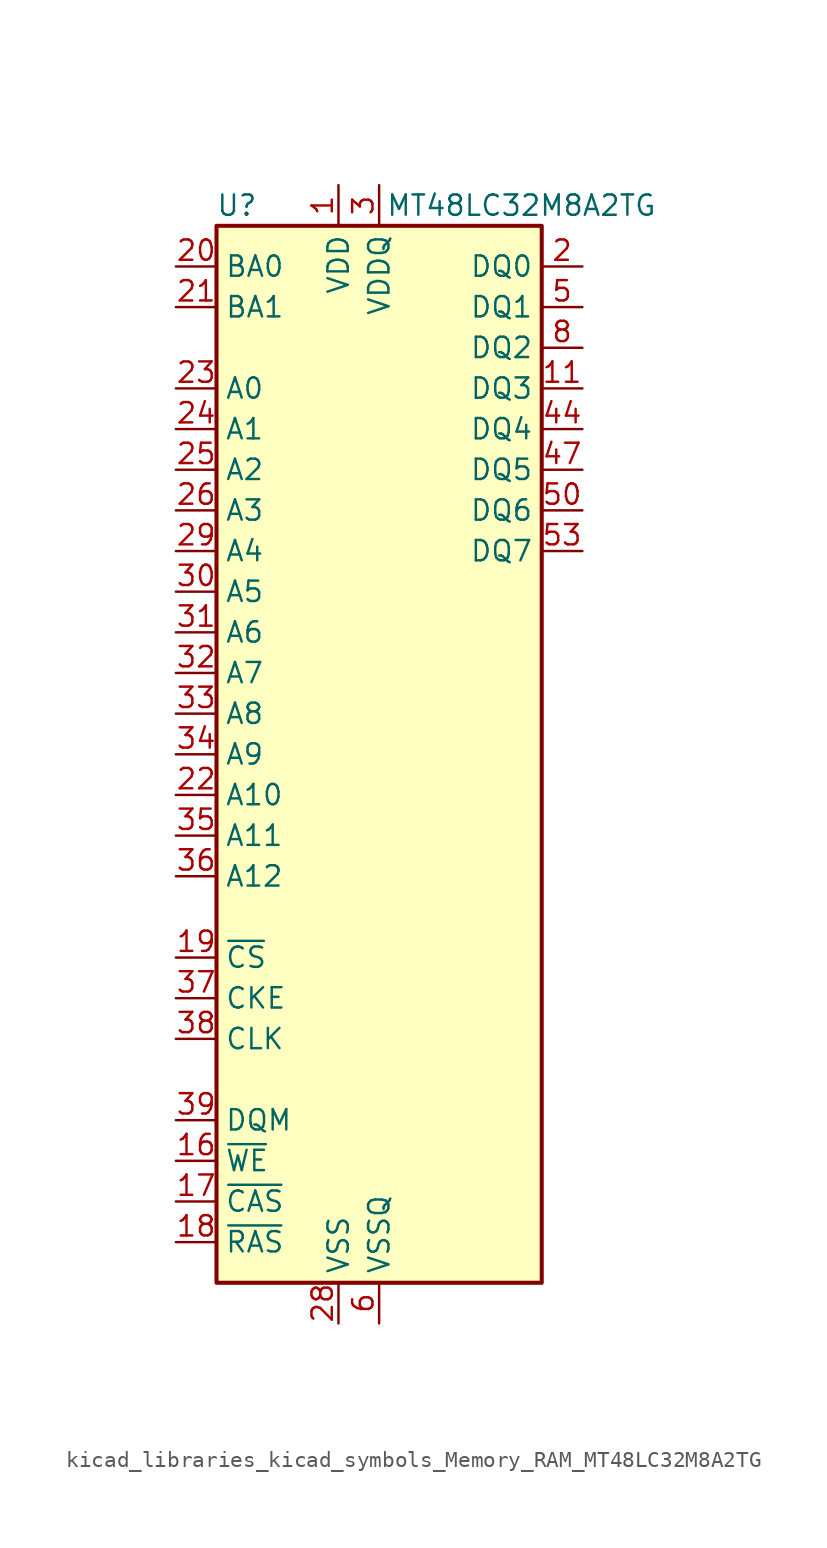
<source format=kicad_sym>
(kicad_symbol_lib
  (version 20220914)
  (generator kicad_symbol_editor)
  (symbol "kicad_libraries_kicad_symbols_Memory_RAM_MT48LC32M8A2TG"
    (property "Reference" "U"
      (at -8.89 34.29 0)
      (effects (font (size 1.27 1.27))))
    (property "Value" "MT48LC32M8A2TG"
      (at 8.89 34.29 0)
      (effects (font (size 1.27 1.27))))
    (symbol "kicad_libraries_kicad_symbols_Memory_RAM_MT48LC32M8A2TG_0_1"
      (rectangle (start -10.16 33.02) (end 10.16 -33.02) (stroke (width 0.254) (type default)) (fill (type background))))
    (symbol "kicad_libraries_kicad_symbols_Memory_RAM_MT48LC32M8A2TG_1_1"
      (pin power_in line (at -2.54 35.56 270) (length 2.54) (name "VDD" (effects (font (size 1.27 1.27)))) (number "1" (effects (font (size 1.27 1.27)))))
      (pin no_connect line (at 10.16 2.54 180) (length 2.54) hide (name "NC" (effects (font (size 1.27 1.27)))) (number "10" (effects (font (size 1.27 1.27)))))
      (pin bidirectional line (at 12.7 22.86 180) (length 2.54) (name "DQ3" (effects (font (size 1.27 1.27)))) (number "11" (effects (font (size 1.27 1.27)))))
      (pin passive line (at 0 -35.56 90) (length 2.54) hide (name "VSSQ" (effects (font (size 1.27 1.27)))) (number "12" (effects (font (size 1.27 1.27)))))
      (pin no_connect line (at 10.16 7.62 180) (length 2.54) hide (name "NC" (effects (font (size 1.27 1.27)))) (number "13" (effects (font (size 1.27 1.27)))))
      (pin passive line (at -2.54 35.56 270) (length 2.54) hide (name "VDD" (effects (font (size 1.27 1.27)))) (number "14" (effects (font (size 1.27 1.27)))))
      (pin no_connect line (at -10.16 -20.32 0) (length 2.54) hide (name "NC" (effects (font (size 1.27 1.27)))) (number "15" (effects (font (size 1.27 1.27)))))
      (pin input line (at -12.7 -25.4 0) (length 2.54) (name "~{WE}" (effects (font (size 1.27 1.27)))) (number "16" (effects (font (size 1.27 1.27)))))
      (pin input line (at -12.7 -27.94 0) (length 2.54) (name "~{CAS}" (effects (font (size 1.27 1.27)))) (number "17" (effects (font (size 1.27 1.27)))))
      (pin input line (at -12.7 -30.48 0) (length 2.54) (name "~{RAS}" (effects (font (size 1.27 1.27)))) (number "18" (effects (font (size 1.27 1.27)))))
      (pin input line (at -12.7 -12.7 0) (length 2.54) (name "~{CS}" (effects (font (size 1.27 1.27)))) (number "19" (effects (font (size 1.27 1.27)))))
      (pin bidirectional line (at 12.7 30.48 180) (length 2.54) (name "DQ0" (effects (font (size 1.27 1.27)))) (number "2" (effects (font (size 1.27 1.27)))))
      (pin input line (at -12.7 30.48 0) (length 2.54) (name "BA0" (effects (font (size 1.27 1.27)))) (number "20" (effects (font (size 1.27 1.27)))))
      (pin input line (at -12.7 27.94 0) (length 2.54) (name "BA1" (effects (font (size 1.27 1.27)))) (number "21" (effects (font (size 1.27 1.27)))))
      (pin input line (at -12.7 -2.54 0) (length 2.54) (name "A10" (effects (font (size 1.27 1.27)))) (number "22" (effects (font (size 1.27 1.27)))))
      (pin input line (at -12.7 22.86 0) (length 2.54) (name "A0" (effects (font (size 1.27 1.27)))) (number "23" (effects (font (size 1.27 1.27)))))
      (pin input line (at -12.7 20.32 0) (length 2.54) (name "A1" (effects (font (size 1.27 1.27)))) (number "24" (effects (font (size 1.27 1.27)))))
      (pin input line (at -12.7 17.78 0) (length 2.54) (name "A2" (effects (font (size 1.27 1.27)))) (number "25" (effects (font (size 1.27 1.27)))))
      (pin input line (at -12.7 15.24 0) (length 2.54) (name "A3" (effects (font (size 1.27 1.27)))) (number "26" (effects (font (size 1.27 1.27)))))
      (pin passive line (at -2.54 35.56 270) (length 2.54) hide (name "VDD" (effects (font (size 1.27 1.27)))) (number "27" (effects (font (size 1.27 1.27)))))
      (pin power_in line (at -2.54 -35.56 90) (length 2.54) (name "VSS" (effects (font (size 1.27 1.27)))) (number "28" (effects (font (size 1.27 1.27)))))
      (pin input line (at -12.7 12.7 0) (length 2.54) (name "A4" (effects (font (size 1.27 1.27)))) (number "29" (effects (font (size 1.27 1.27)))))
      (pin power_in line (at 0 35.56 270) (length 2.54) (name "VDDQ" (effects (font (size 1.27 1.27)))) (number "3" (effects (font (size 1.27 1.27)))))
      (pin input line (at -12.7 10.16 0) (length 2.54) (name "A5" (effects (font (size 1.27 1.27)))) (number "30" (effects (font (size 1.27 1.27)))))
      (pin input line (at -12.7 7.62 0) (length 2.54) (name "A6" (effects (font (size 1.27 1.27)))) (number "31" (effects (font (size 1.27 1.27)))))
      (pin input line (at -12.7 5.08 0) (length 2.54) (name "A7" (effects (font (size 1.27 1.27)))) (number "32" (effects (font (size 1.27 1.27)))))
      (pin input line (at -12.7 2.54 0) (length 2.54) (name "A8" (effects (font (size 1.27 1.27)))) (number "33" (effects (font (size 1.27 1.27)))))
      (pin input line (at -12.7 0 0) (length 2.54) (name "A9" (effects (font (size 1.27 1.27)))) (number "34" (effects (font (size 1.27 1.27)))))
      (pin input line (at -12.7 -5.08 0) (length 2.54) (name "A11" (effects (font (size 1.27 1.27)))) (number "35" (effects (font (size 1.27 1.27)))))
      (pin input line (at -12.7 -7.62 0) (length 2.54) (name "A12" (effects (font (size 1.27 1.27)))) (number "36" (effects (font (size 1.27 1.27)))))
      (pin input line (at -12.7 -15.24 0) (length 2.54) (name "CKE" (effects (font (size 1.27 1.27)))) (number "37" (effects (font (size 1.27 1.27)))))
      (pin input line (at -12.7 -17.78 0) (length 2.54) (name "CLK" (effects (font (size 1.27 1.27)))) (number "38" (effects (font (size 1.27 1.27)))))
      (pin input line (at -12.7 -22.86 0) (length 2.54) (name "DQM" (effects (font (size 1.27 1.27)))) (number "39" (effects (font (size 1.27 1.27)))))
      (pin no_connect line (at 10.16 -7.62 180) (length 2.54) hide (name "NC" (effects (font (size 1.27 1.27)))) (number "4" (effects (font (size 1.27 1.27)))))
      (pin no_connect line (at 10.16 -20.32 180) (length 2.54) hide (name "NC" (effects (font (size 1.27 1.27)))) (number "40" (effects (font (size 1.27 1.27)))))
      (pin passive line (at -2.54 -35.56 90) (length 2.54) hide (name "VSS" (effects (font (size 1.27 1.27)))) (number "41" (effects (font (size 1.27 1.27)))))
      (pin no_connect line (at 10.16 10.16 180) (length 2.54) hide (name "NC" (effects (font (size 1.27 1.27)))) (number "42" (effects (font (size 1.27 1.27)))))
      (pin passive line (at 0 35.56 270) (length 2.54) hide (name "VDDQ" (effects (font (size 1.27 1.27)))) (number "43" (effects (font (size 1.27 1.27)))))
      (pin bidirectional line (at 12.7 20.32 180) (length 2.54) (name "DQ4" (effects (font (size 1.27 1.27)))) (number "44" (effects (font (size 1.27 1.27)))))
      (pin no_connect line (at 10.16 5.08 180) (length 2.54) hide (name "NC" (effects (font (size 1.27 1.27)))) (number "45" (effects (font (size 1.27 1.27)))))
      (pin passive line (at 0 -35.56 90) (length 2.54) hide (name "VSSQ" (effects (font (size 1.27 1.27)))) (number "46" (effects (font (size 1.27 1.27)))))
      (pin bidirectional line (at 12.7 17.78 180) (length 2.54) (name "DQ5" (effects (font (size 1.27 1.27)))) (number "47" (effects (font (size 1.27 1.27)))))
      (pin no_connect line (at 10.16 0 180) (length 2.54) hide (name "NC" (effects (font (size 1.27 1.27)))) (number "48" (effects (font (size 1.27 1.27)))))
      (pin passive line (at 0 35.56 270) (length 2.54) hide (name "VDDQ" (effects (font (size 1.27 1.27)))) (number "49" (effects (font (size 1.27 1.27)))))
      (pin bidirectional line (at 12.7 27.94 180) (length 2.54) (name "DQ1" (effects (font (size 1.27 1.27)))) (number "5" (effects (font (size 1.27 1.27)))))
      (pin bidirectional line (at 12.7 15.24 180) (length 2.54) (name "DQ6" (effects (font (size 1.27 1.27)))) (number "50" (effects (font (size 1.27 1.27)))))
      (pin no_connect line (at 10.16 -5.08 180) (length 2.54) hide (name "NC" (effects (font (size 1.27 1.27)))) (number "51" (effects (font (size 1.27 1.27)))))
      (pin passive line (at 0 -35.56 90) (length 2.54) hide (name "VSSQ" (effects (font (size 1.27 1.27)))) (number "52" (effects (font (size 1.27 1.27)))))
      (pin bidirectional line (at 12.7 12.7 180) (length 2.54) (name "DQ7" (effects (font (size 1.27 1.27)))) (number "53" (effects (font (size 1.27 1.27)))))
      (pin passive line (at -2.54 -35.56 90) (length 2.54) hide (name "VSS" (effects (font (size 1.27 1.27)))) (number "54" (effects (font (size 1.27 1.27)))))
      (pin power_in line (at 0 -35.56 90) (length 2.54) (name "VSSQ" (effects (font (size 1.27 1.27)))) (number "6" (effects (font (size 1.27 1.27)))))
      (pin no_connect line (at 10.16 -2.54 180) (length 2.54) hide (name "NC" (effects (font (size 1.27 1.27)))) (number "7" (effects (font (size 1.27 1.27)))))
      (pin bidirectional line (at 12.7 25.4 180) (length 2.54) (name "DQ2" (effects (font (size 1.27 1.27)))) (number "8" (effects (font (size 1.27 1.27)))))
      (pin passive line (at 0 35.56 270) (length 2.54) hide (name "VDDQ" (effects (font (size 1.27 1.27)))) (number "9" (effects (font (size 1.27 1.27))))))))
</source>
